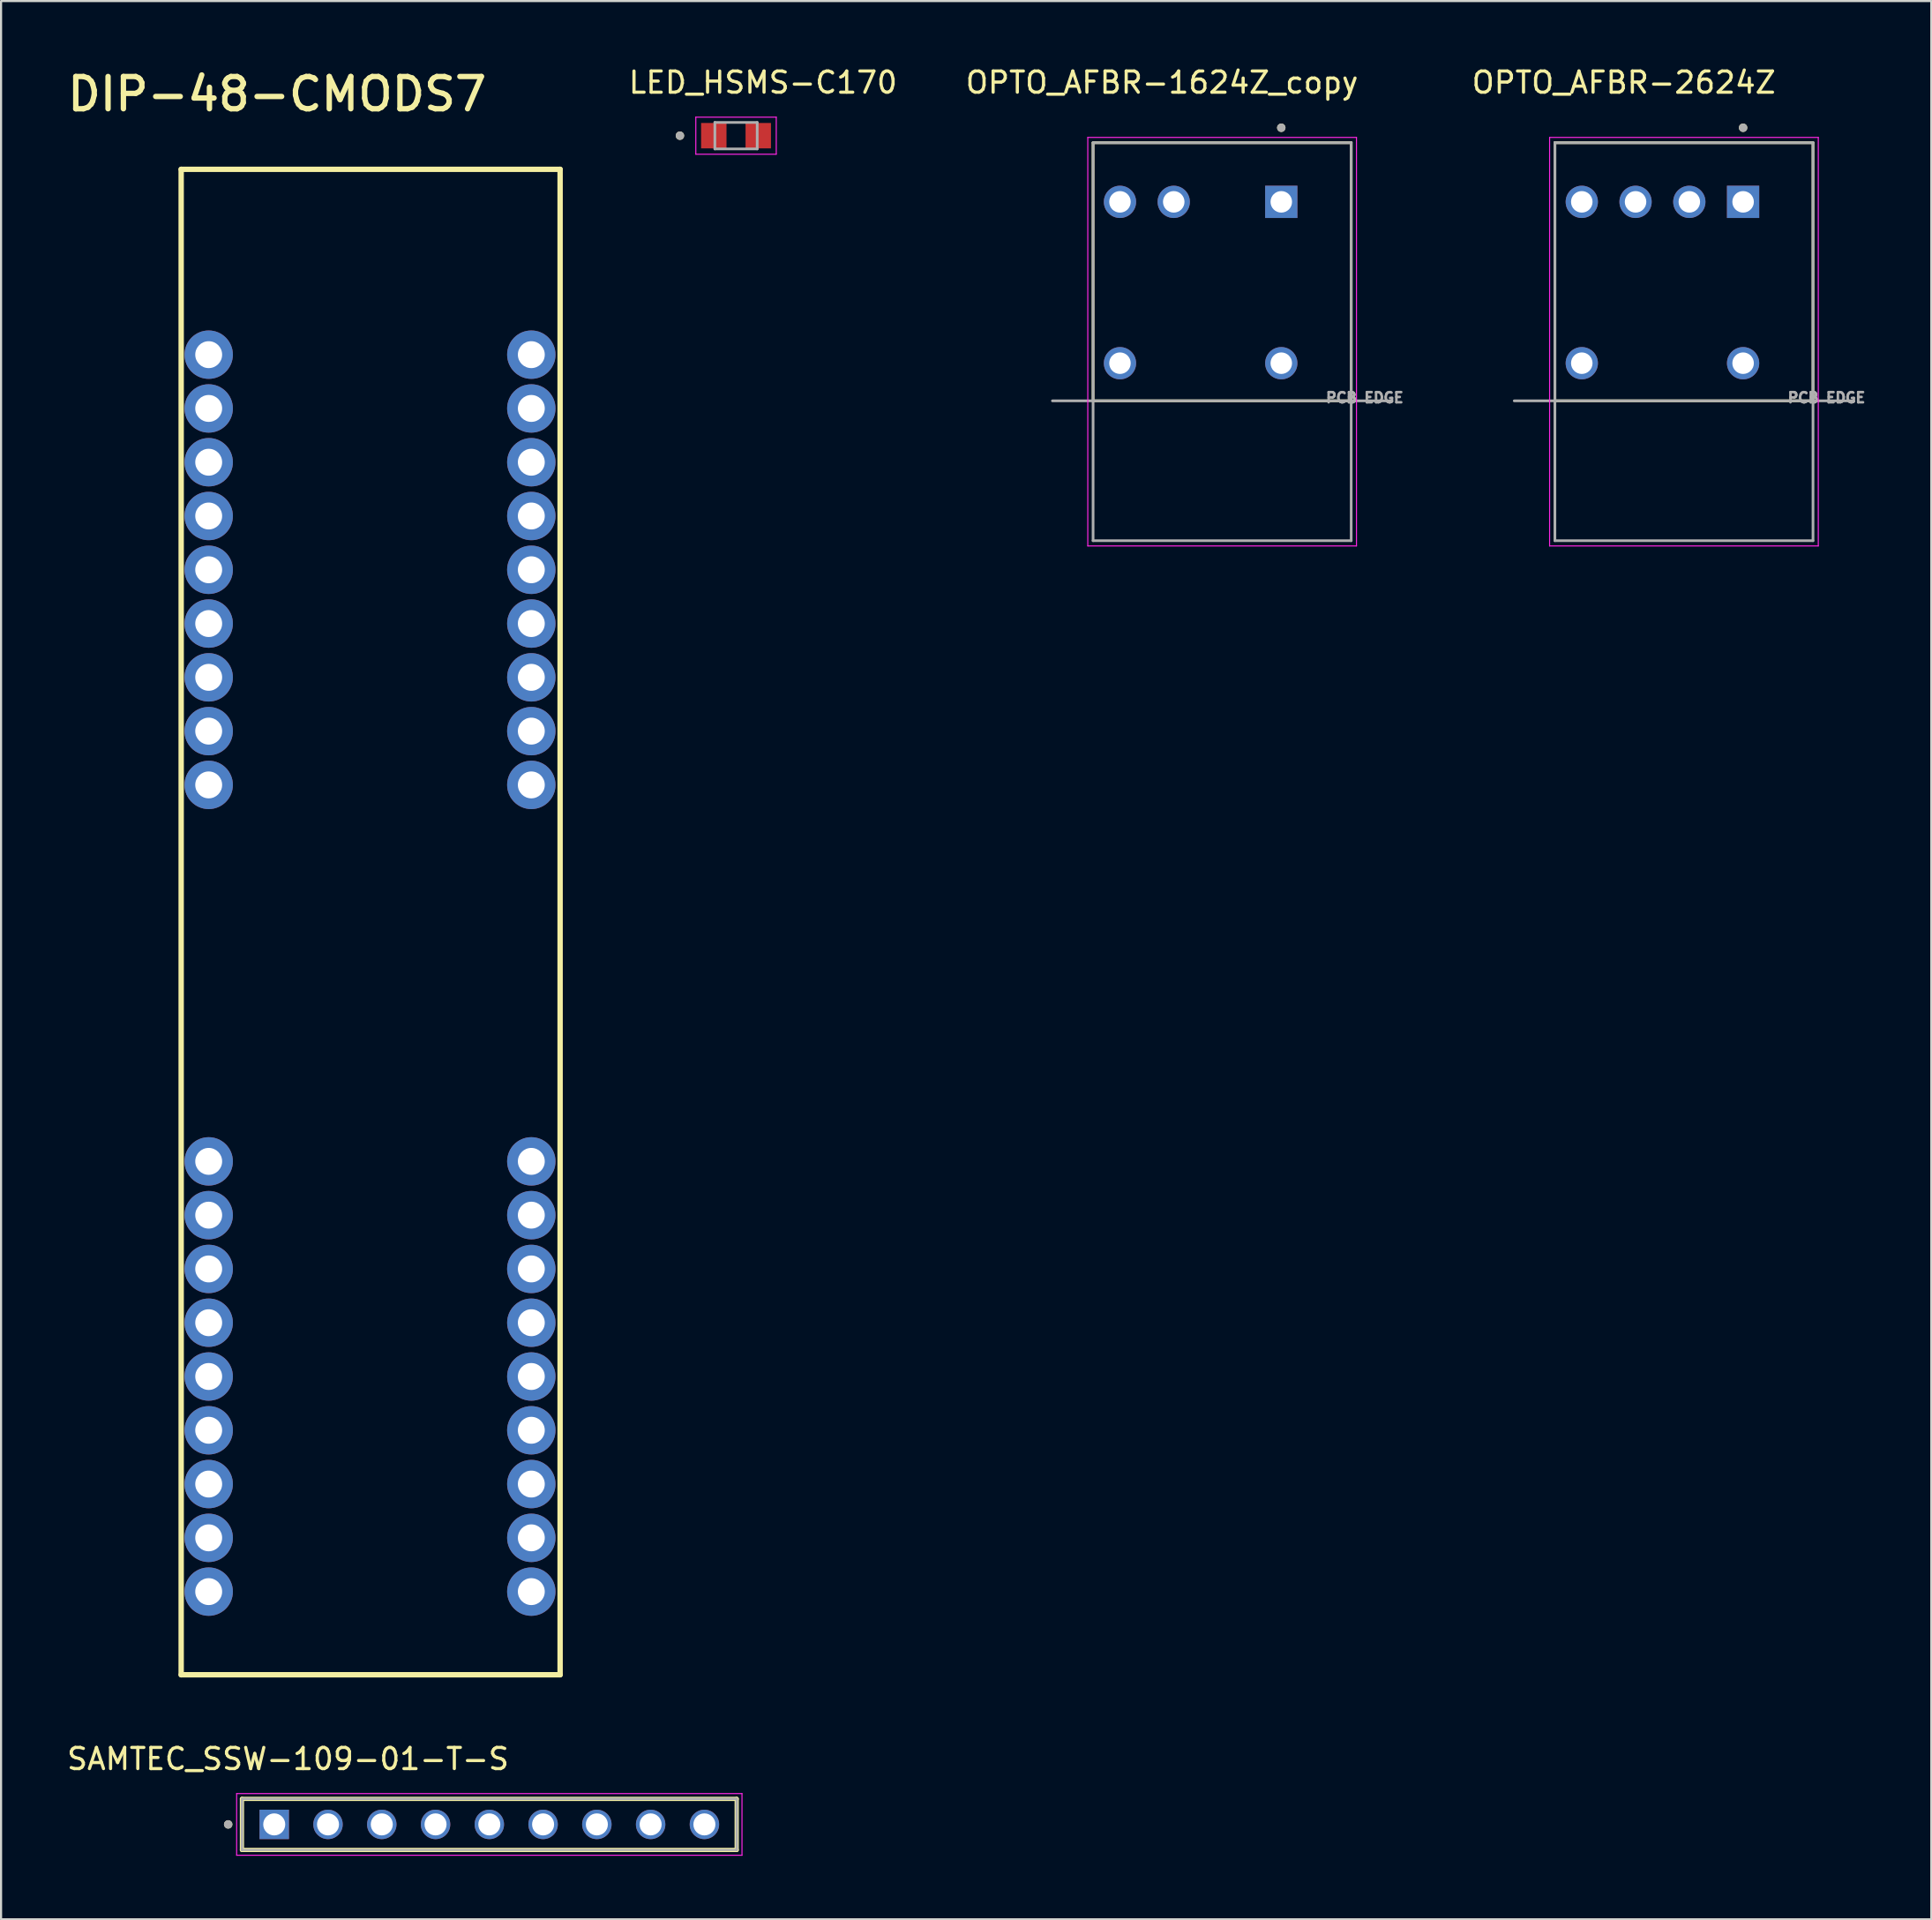
<source format=kicad_pcb>
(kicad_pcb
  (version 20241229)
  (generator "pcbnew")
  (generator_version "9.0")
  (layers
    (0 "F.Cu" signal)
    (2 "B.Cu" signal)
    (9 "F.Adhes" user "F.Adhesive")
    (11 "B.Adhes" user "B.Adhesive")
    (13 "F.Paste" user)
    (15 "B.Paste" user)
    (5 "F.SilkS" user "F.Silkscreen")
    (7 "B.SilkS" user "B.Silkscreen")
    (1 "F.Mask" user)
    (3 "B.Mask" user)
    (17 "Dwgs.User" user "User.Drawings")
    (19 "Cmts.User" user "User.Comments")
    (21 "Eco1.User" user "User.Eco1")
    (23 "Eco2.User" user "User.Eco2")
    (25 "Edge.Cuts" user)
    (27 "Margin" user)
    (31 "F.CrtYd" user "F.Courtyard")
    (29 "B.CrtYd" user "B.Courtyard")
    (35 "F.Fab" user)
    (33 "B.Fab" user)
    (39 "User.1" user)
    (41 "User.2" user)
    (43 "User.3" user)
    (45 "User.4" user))
  (footprint "LED_HSMS-C170"
    (layer "F.Cu")
    (at 31.718 3.358)
    (property "Reference" "LED_HSMS-C170" (at 1.275 -2.51 0) (layer "F.SilkS") (effects (font (size 1 1) (thickness 0.15))))
    (attr smd)
    (fp_circle (center -2.65 0) (end -2.55 0) (stroke (width 0.2) (type solid)) (fill no) (layer "F.SilkS"))
    (fp_line (start -1.9 -0.875) (end -1.9 0.875) (stroke (width 0.05) (type solid)) (layer "F.CrtYd"))
    (fp_line (start -1.9 0.875) (end 1.9 0.875) (stroke (width 0.05) (type solid)) (layer "F.CrtYd"))
    (fp_line (start 1.9 -0.875) (end -1.9 -0.875) (stroke (width 0.05) (type solid)) (layer "F.CrtYd"))
    (fp_line (start 1.9 0.875) (end 1.9 -0.875) (stroke (width 0.05) (type solid)) (layer "F.CrtYd"))
    (fp_line (start -1 -0.625) (end 1 -0.625) (stroke (width 0.127) (type solid)) (layer "F.Fab"))
    (fp_line (start -1 0.625) (end -1 -0.625) (stroke (width 0.127) (type solid)) (layer "F.Fab"))
    (fp_line (start 1 -0.625) (end 1 0.625) (stroke (width 0.127) (type solid)) (layer "F.Fab"))
    (fp_line (start 1 0.625) (end -1 0.625) (stroke (width 0.127) (type solid)) (layer "F.Fab"))
    (fp_circle (center -2.65 0) (end -2.55 0) (stroke (width 0.2) (type solid)) (fill no) (layer "F.Fab"))
    (pad "1" smd rect (at -1.05 0) (size 1.2 1.2) (layers "F.Cu" "F.Mask" "F.Paste"))
    (pad "2" smd rect (at 1.05 0) (size 1.2 1.2) (layers "F.Cu" "F.Mask" "F.Paste")))
  (footprint "OPTO_AFBR-1624Z_copy"
    (layer "F.Cu")
    (at 53.664 6.483)
    (property "Reference" "OPTO_AFBR-1624Z_copy" (at -1.825 -5.635 0) (layer "F.SilkS") (effects (font (size 1 1) (thickness 0.15))))
    (attr through_hole)
    (fp_line (start -5.08 -2.794) (end 7.112 -2.794) (stroke (width 0.127) (type solid)) (layer "F.SilkS"))
    (fp_line (start -5.08 9.398) (end -5.08 -2.794) (stroke (width 0.127) (type solid)) (layer "F.SilkS"))
    (fp_line (start 7.112 -2.794) (end 7.112 9.398) (stroke (width 0.127) (type solid)) (layer "F.SilkS"))
    (fp_line (start 7.112 9.398) (end -5.08 9.398) (stroke (width 0.127) (type solid)) (layer "F.SilkS"))
    (fp_circle (center 3.81 -3.5) (end 3.91 -3.5) (stroke (width 0.2) (type solid)) (fill no) (layer "F.SilkS"))
    (fp_line (start -5.33 -3.044) (end 7.362 -3.044) (stroke (width 0.05) (type solid)) (layer "F.CrtYd"))
    (fp_line (start -5.33 16.252) (end -5.33 -3.044) (stroke (width 0.05) (type solid)) (layer "F.CrtYd"))
    (fp_line (start 7.362 -3.044) (end 7.362 16.252) (stroke (width 0.05) (type solid)) (layer "F.CrtYd"))
    (fp_line (start 7.362 16.252) (end -5.33 16.252) (stroke (width 0.05) (type solid)) (layer "F.CrtYd"))
    (fp_line (start -7 9.398) (end 9 9.398) (stroke (width 0.127) (type solid)) (layer "F.Fab"))
    (fp_line (start -5.08 -2.794) (end 7.112 -2.794) (stroke (width 0.127) (type solid)) (layer "F.Fab"))
    (fp_line (start -5.08 16.002) (end -5.08 -2.794) (stroke (width 0.127) (type solid)) (layer "F.Fab"))
    (fp_line (start 7.112 -2.794) (end 7.112 16.002) (stroke (width 0.127) (type solid)) (layer "F.Fab"))
    (fp_line (start 7.112 16.002) (end -5.08 16.002) (stroke (width 0.127) (type solid)) (layer "F.Fab"))
    (fp_circle (center 3.81 -3.5) (end 3.91 -3.5) (stroke (width 0.2) (type solid)) (fill no) (layer "F.Fab"))
    (fp_text user "PCB EDGE" (at 7.75 9.25 0) (layer "F.Fab") (effects (font (size 0.48 0.48) (thickness 0.12))))
    (pad "1" thru_hole rect (at 3.81 0) (size 1.524 1.524) (drill 1.016) (layers "*.Cu" "*.Mask"))
    (pad "3" thru_hole circle (at -1.27 0) (size 1.524 1.524) (drill 1.016) (layers "*.Cu" "*.Mask"))
    (pad "4" thru_hole circle (at -3.81 0) (size 1.524 1.524) (drill 1.016) (layers "*.Cu" "*.Mask"))
    (pad "5" thru_hole circle (at -3.81 7.62) (size 1.524 1.524) (drill 1.016) (layers "*.Cu" "*.Mask"))
    (pad "8" thru_hole circle (at 3.81 7.62) (size 1.524 1.524) (drill 1.016) (layers "*.Cu" "*.Mask")))
  (footprint "DIP-48-CMODS7"
    (layer "F.Cu")
    (at 6.808 72.12)
    (property "Reference" "DIP-48-CMODS7" (at -6.808 -69.834 0) (unlocked yes) (layer "F.SilkS") (effects (font (size 1.524 1.524) (thickness 0.254)) (justify left bottom)))
    (attr through_hole)
    (fp_line (start -1.3 -67.173) (end 16.6 -67.173) (stroke (width 0.254) (type solid)) (layer "F.SilkS"))
    (fp_line (start -1.3 3.927) (end -1.3 -67.173) (stroke (width 0.254) (type solid)) (layer "F.SilkS"))
    (fp_line (start -1.3 3.927) (end 16.6 3.927) (stroke (width 0.254) (type solid)) (layer "F.SilkS"))
    (fp_line (start 16.6 3.927) (end 16.6 -67.173) (stroke (width 0.254) (type solid)) (layer "F.SilkS"))
    (pad "1" thru_hole circle (at 0 -58.42) (size 2.286 2.286) (drill 1.27) (layers "*.Cu" "*.Mask"))
    (pad "2" thru_hole circle (at 0 -55.88) (size 2.286 2.286) (drill 1.27) (layers "*.Cu" "*.Mask"))
    (pad "3" thru_hole circle (at 0 -53.34) (size 2.286 2.286) (drill 1.27) (layers "*.Cu" "*.Mask"))
    (pad "4" thru_hole circle (at 0 -50.8) (size 2.286 2.286) (drill 1.27) (layers "*.Cu" "*.Mask"))
    (pad "5" thru_hole circle (at 0 -48.26) (size 2.286 2.286) (drill 1.27) (layers "*.Cu" "*.Mask"))
    (pad "6" thru_hole circle (at 0 -45.72) (size 2.286 2.286) (drill 1.27) (layers "*.Cu" "*.Mask"))
    (pad "7" thru_hole circle (at 0 -43.18) (size 2.286 2.286) (drill 1.27) (layers "*.Cu" "*.Mask"))
    (pad "8" thru_hole circle (at 0 -40.64) (size 2.286 2.286) (drill 1.27) (layers "*.Cu" "*.Mask"))
    (pad "9" thru_hole circle (at 0 -38.1) (size 2.286 2.286) (drill 1.27) (layers "*.Cu" "*.Mask"))
    (pad "16" thru_hole circle (at 0 -20.32) (size 2.286 2.286) (drill 1.27) (layers "*.Cu" "*.Mask"))
    (pad "17" thru_hole circle (at 0 -17.78) (size 2.286 2.286) (drill 1.27) (layers "*.Cu" "*.Mask"))
    (pad "18" thru_hole circle (at 0 -15.24) (size 2.286 2.286) (drill 1.27) (layers "*.Cu" "*.Mask"))
    (pad "19" thru_hole circle (at 0 -12.7) (size 2.286 2.286) (drill 1.27) (layers "*.Cu" "*.Mask"))
    (pad "20" thru_hole circle (at 0 -10.16) (size 2.286 2.286) (drill 1.27) (layers "*.Cu" "*.Mask"))
    (pad "21" thru_hole circle (at 0 -7.62) (size 2.286 2.286) (drill 1.27) (layers "*.Cu" "*.Mask"))
    (pad "22" thru_hole circle (at 0 -5.08) (size 2.286 2.286) (drill 1.27) (layers "*.Cu" "*.Mask"))
    (pad "23" thru_hole circle (at 0 -2.54) (size 2.286 2.286) (drill 1.27) (layers "*.Cu" "*.Mask"))
    (pad "24" thru_hole circle (at 0 0) (size 2.286 2.286) (drill 1.27) (layers "*.Cu" "*.Mask"))
    (pad "25" thru_hole circle (at 15.24 0) (size 2.286 2.286) (drill 1.27) (layers "*.Cu" "*.Mask"))
    (pad "26" thru_hole circle (at 15.24 -2.54) (size 2.286 2.286) (drill 1.27) (layers "*.Cu" "*.Mask"))
    (pad "27" thru_hole circle (at 15.24 -5.08) (size 2.286 2.286) (drill 1.27) (layers "*.Cu" "*.Mask"))
    (pad "28" thru_hole circle (at 15.24 -7.62) (size 2.286 2.286) (drill 1.27) (layers "*.Cu" "*.Mask"))
    (pad "29" thru_hole circle (at 15.24 -10.16) (size 2.286 2.286) (drill 1.27) (layers "*.Cu" "*.Mask"))
    (pad "30" thru_hole circle (at 15.24 -12.7) (size 2.286 2.286) (drill 1.27) (layers "*.Cu" "*.Mask"))
    (pad "31" thru_hole circle (at 15.24 -15.24) (size 2.286 2.286) (drill 1.27) (layers "*.Cu" "*.Mask"))
    (pad "32" thru_hole circle (at 15.24 -17.78) (size 2.286 2.286) (drill 1.27) (layers "*.Cu" "*.Mask"))
    (pad "33" thru_hole circle (at 15.24 -20.32) (size 2.286 2.286) (drill 1.27) (layers "*.Cu" "*.Mask"))
    (pad "40" thru_hole circle (at 15.24 -38.1) (size 2.286 2.286) (drill 1.27) (layers "*.Cu" "*.Mask"))
    (pad "41" thru_hole circle (at 15.24 -40.64) (size 2.286 2.286) (drill 1.27) (layers "*.Cu" "*.Mask"))
    (pad "42" thru_hole circle (at 15.24 -43.18) (size 2.286 2.286) (drill 1.27) (layers "*.Cu" "*.Mask"))
    (pad "43" thru_hole circle (at 15.24 -45.72) (size 2.286 2.286) (drill 1.27) (layers "*.Cu" "*.Mask"))
    (pad "44" thru_hole circle (at 15.24 -48.26) (size 2.286 2.286) (drill 1.27) (layers "*.Cu" "*.Mask"))
    (pad "45" thru_hole circle (at 15.24 -50.8) (size 2.286 2.286) (drill 1.27) (layers "*.Cu" "*.Mask"))
    (pad "46" thru_hole circle (at 15.24 -53.34) (size 2.286 2.286) (drill 1.27) (layers "*.Cu" "*.Mask"))
    (pad "47" thru_hole circle (at 15.24 -55.88) (size 2.286 2.286) (drill 1.27) (layers "*.Cu" "*.Mask"))
    (pad "48" thru_hole circle (at 15.24 -58.42) (size 2.286 2.286) (drill 1.27) (layers "*.Cu" "*.Mask")))
  (footprint "OPTO_AFBR-2624Z"
    (layer "F.Cu")
    (at 75.479 6.483)
    (property "Reference" "OPTO_AFBR-2624Z" (at -1.825 -5.635 0) (layer "F.SilkS") (effects (font (size 1 1) (thickness 0.15))))
    (attr through_hole)
    (fp_line (start -5.08 -2.794) (end 7.112 -2.794) (stroke (width 0.127) (type solid)) (layer "F.SilkS"))
    (fp_line (start -5.08 9.398) (end -5.08 -2.794) (stroke (width 0.127) (type solid)) (layer "F.SilkS"))
    (fp_line (start 7.112 -2.794) (end 7.112 9.398) (stroke (width 0.127) (type solid)) (layer "F.SilkS"))
    (fp_line (start 7.112 9.398) (end -5.08 9.398) (stroke (width 0.127) (type solid)) (layer "F.SilkS"))
    (fp_circle (center 3.81 -3.5) (end 3.91 -3.5) (stroke (width 0.2) (type solid)) (fill no) (layer "F.SilkS"))
    (fp_line (start -5.33 -3.044) (end 7.362 -3.044) (stroke (width 0.05) (type solid)) (layer "F.CrtYd"))
    (fp_line (start -5.33 16.252) (end -5.33 -3.044) (stroke (width 0.05) (type solid)) (layer "F.CrtYd"))
    (fp_line (start 7.362 -3.044) (end 7.362 16.252) (stroke (width 0.05) (type solid)) (layer "F.CrtYd"))
    (fp_line (start 7.362 16.252) (end -5.33 16.252) (stroke (width 0.05) (type solid)) (layer "F.CrtYd"))
    (fp_line (start -7 9.398) (end 9 9.398) (stroke (width 0.127) (type solid)) (layer "F.Fab"))
    (fp_line (start -5.08 -2.794) (end 7.112 -2.794) (stroke (width 0.127) (type solid)) (layer "F.Fab"))
    (fp_line (start -5.08 16.002) (end -5.08 -2.794) (stroke (width 0.127) (type solid)) (layer "F.Fab"))
    (fp_line (start 7.112 -2.794) (end 7.112 16.002) (stroke (width 0.127) (type solid)) (layer "F.Fab"))
    (fp_line (start 7.112 16.002) (end -5.08 16.002) (stroke (width 0.127) (type solid)) (layer "F.Fab"))
    (fp_circle (center 3.81 -3.5) (end 3.91 -3.5) (stroke (width 0.2) (type solid)) (fill no) (layer "F.Fab"))
    (fp_text user "PCB EDGE" (at 7.75 9.25 0) (layer "F.Fab") (effects (font (size 0.48 0.48) (thickness 0.12))))
    (pad "1" thru_hole rect (at 3.81 0) (size 1.524 1.524) (drill 1.016) (layers "*.Cu" "*.Mask"))
    (pad "2" thru_hole circle (at 1.27 0) (size 1.524 1.524) (drill 1.016) (layers "*.Cu" "*.Mask"))
    (pad "3" thru_hole circle (at -1.27 0) (size 1.524 1.524) (drill 1.016) (layers "*.Cu" "*.Mask"))
    (pad "4" thru_hole circle (at -3.81 0) (size 1.524 1.524) (drill 1.016) (layers "*.Cu" "*.Mask"))
    (pad "5" thru_hole circle (at -3.81 7.62) (size 1.524 1.524) (drill 1.016) (layers "*.Cu" "*.Mask"))
    (pad "8" thru_hole circle (at 3.81 7.62) (size 1.524 1.524) (drill 1.016) (layers "*.Cu" "*.Mask")))
  (footprint "SAMTEC_SSW-109-01-T-S"
    (layer "F.Cu")
    (at 9.904 83.114)
    (property "Reference" "SAMTEC_SSW-109-01-T-S" (at 0.65 -3.091 0) (layer "F.SilkS") (effects (font (size 1 1) (thickness 0.15))))
    (attr through_hole)
    (fp_line (start -1.525 1.206) (end -1.525 -1.206) (stroke (width 0.2) (type solid)) (layer "F.SilkS"))
    (fp_line (start 21.845 -1.206) (end -1.525 -1.206) (stroke (width 0.2) (type solid)) (layer "F.SilkS"))
    (fp_line (start 21.845 -1.206) (end 21.845 1.206) (stroke (width 0.2) (type solid)) (layer "F.SilkS"))
    (fp_line (start 21.845 1.206) (end -1.525 1.206) (stroke (width 0.2) (type solid)) (layer "F.SilkS"))
    (fp_circle (center -2.175 0) (end -2.075 0) (stroke (width 0.2) (type solid)) (fill no) (layer "F.SilkS"))
    (fp_line (start -1.775 -1.456) (end 22.095 -1.456) (stroke (width 0.05) (type solid)) (layer "F.CrtYd"))
    (fp_line (start -1.775 1.456) (end -1.775 -1.456) (stroke (width 0.05) (type solid)) (layer "F.CrtYd"))
    (fp_line (start 22.095 -1.456) (end 22.095 1.456) (stroke (width 0.05) (type solid)) (layer "F.CrtYd"))
    (fp_line (start 22.095 1.456) (end -1.775 1.456) (stroke (width 0.05) (type solid)) (layer "F.CrtYd"))
    (fp_line (start -1.525 -1.206) (end 21.845 -1.206) (stroke (width 0.1) (type solid)) (layer "F.Fab"))
    (fp_line (start -1.525 -1.206) (end 21.845 -1.206) (stroke (width 0.1) (type solid)) (layer "F.Fab"))
    (fp_line (start -1.525 1.206) (end -1.525 -1.206) (stroke (width 0.1) (type solid)) (layer "F.Fab"))
    (fp_line (start -1.525 1.206) (end -1.525 -1.206) (stroke (width 0.1) (type solid)) (layer "F.Fab"))
    (fp_line (start 21.845 -1.206) (end 21.845 1.206) (stroke (width 0.1) (type solid)) (layer "F.Fab"))
    (fp_line (start 21.845 -1.206) (end 21.845 1.206) (stroke (width 0.1) (type solid)) (layer "F.Fab"))
    (fp_line (start 21.845 1.206) (end -1.525 1.206) (stroke (width 0.1) (type solid)) (layer "F.Fab"))
    (fp_circle (center -2.175 0) (end -2.075 0) (stroke (width 0.2) (type solid)) (fill no) (layer "F.Fab"))
    (pad "01" thru_hole rect (at 0 0) (size 1.39 1.39) (drill 1.04) (layers "*.Cu" "*.Mask"))
    (pad "02" thru_hole circle (at 2.54 0) (size 1.39 1.39) (drill 1.04) (layers "*.Cu" "*.Mask"))
    (pad "03" thru_hole circle (at 5.08 0) (size 1.39 1.39) (drill 1.04) (layers "*.Cu" "*.Mask"))
    (pad "04" thru_hole circle (at 7.62 0) (size 1.39 1.39) (drill 1.04) (layers "*.Cu" "*.Mask"))
    (pad "05" thru_hole circle (at 10.16 0) (size 1.39 1.39) (drill 1.04) (layers "*.Cu" "*.Mask"))
    (pad "06" thru_hole circle (at 12.7 0) (size 1.39 1.39) (drill 1.04) (layers "*.Cu" "*.Mask"))
    (pad "07" thru_hole circle (at 15.24 0) (size 1.39 1.39) (drill 1.04) (layers "*.Cu" "*.Mask"))
    (pad "08" thru_hole circle (at 17.78 0) (size 1.39 1.39) (drill 1.04) (layers "*.Cu" "*.Mask"))
    (pad "09" thru_hole circle (at 20.32 0) (size 1.39 1.39) (drill 1.04) (layers "*.Cu" "*.Mask")))
  (gr_rect
    (start -3 -3)
    (end 88.179 87.595)
    (stroke (width 0.1) (type default))
    (fill no)
    (layer "Edge.Cuts")))
</source>
